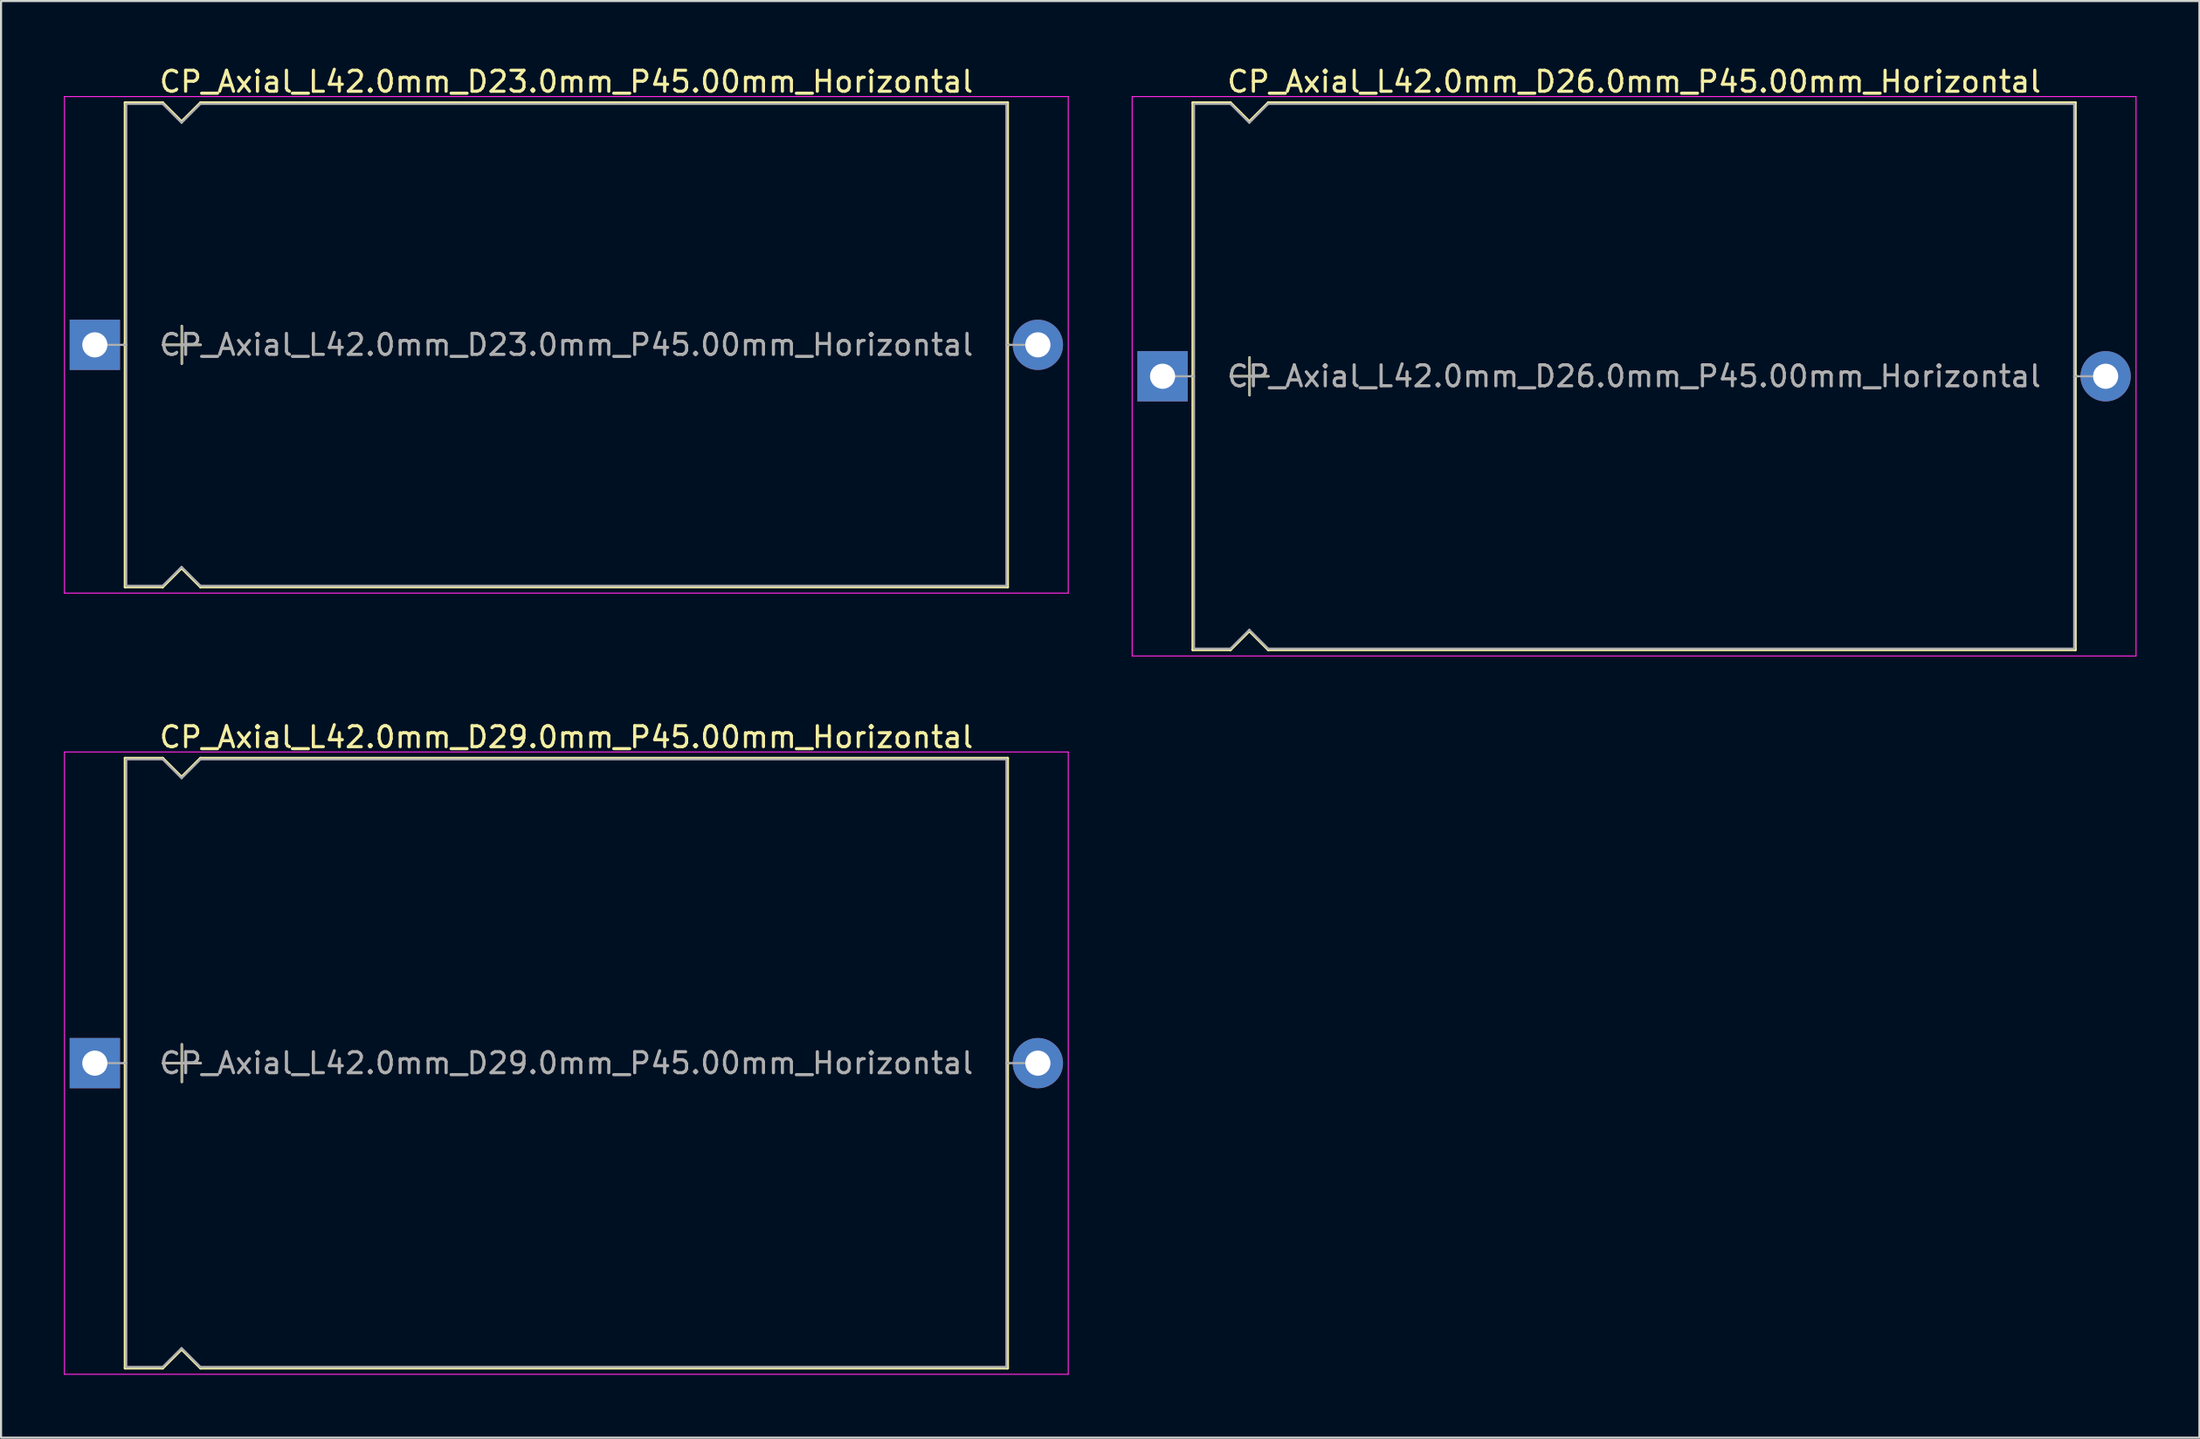
<source format=kicad_pcb>
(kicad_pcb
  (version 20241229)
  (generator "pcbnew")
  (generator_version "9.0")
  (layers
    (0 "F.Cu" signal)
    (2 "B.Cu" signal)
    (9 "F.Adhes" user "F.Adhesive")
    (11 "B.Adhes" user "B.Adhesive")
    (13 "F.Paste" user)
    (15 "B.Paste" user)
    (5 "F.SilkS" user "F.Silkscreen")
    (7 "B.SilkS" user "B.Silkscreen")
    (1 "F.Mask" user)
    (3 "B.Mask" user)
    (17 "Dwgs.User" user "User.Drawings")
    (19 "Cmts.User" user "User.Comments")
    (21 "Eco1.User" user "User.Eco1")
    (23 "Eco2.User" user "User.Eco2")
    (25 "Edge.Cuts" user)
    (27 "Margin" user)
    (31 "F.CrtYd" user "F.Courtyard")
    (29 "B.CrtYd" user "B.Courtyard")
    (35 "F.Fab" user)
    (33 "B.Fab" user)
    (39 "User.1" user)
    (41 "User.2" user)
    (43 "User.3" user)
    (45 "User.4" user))
  (footprint "CP_Axial_L42.0mm_D23.0mm_P45.00mm_Horizontal"
    (layer "F.Cu")
    (at 1.475 13.408)
    (property "Reference" "CP_Axial_L42.0mm_D23.0mm_P45.00mm_Horizontal" (at 22.5 -12.56 0) (layer "F.SilkS") (effects (font (size 1 1) (thickness 0.15))))
    (attr through_hole)
    (fp_line (start 1.38 0) (end 1.44 0) (stroke (width 0.12) (type solid)) (layer "F.SilkS"))
    (fp_line (start 1.44 -11.56) (end 1.44 11.56) (stroke (width 0.12) (type solid)) (layer "F.SilkS"))
    (fp_line (start 1.44 -11.56) (end 3.24 -11.56) (stroke (width 0.12) (type solid)) (layer "F.SilkS"))
    (fp_line (start 1.44 11.56) (end 3.24 11.56) (stroke (width 0.12) (type solid)) (layer "F.SilkS"))
    (fp_line (start 3.24 -11.56) (end 4.14 -10.66) (stroke (width 0.12) (type solid)) (layer "F.SilkS"))
    (fp_line (start 3.24 11.56) (end 4.14 10.66) (stroke (width 0.12) (type solid)) (layer "F.SilkS"))
    (fp_line (start 3.25 0) (end 5.05 0) (stroke (width 0.12) (type solid)) (layer "F.SilkS"))
    (fp_line (start 4.14 -10.66) (end 5.04 -11.56) (stroke (width 0.12) (type solid)) (layer "F.SilkS"))
    (fp_line (start 4.14 10.66) (end 5.04 11.56) (stroke (width 0.12) (type solid)) (layer "F.SilkS"))
    (fp_line (start 4.15 -0.9) (end 4.15 0.9) (stroke (width 0.12) (type solid)) (layer "F.SilkS"))
    (fp_line (start 5.04 -11.56) (end 43.56 -11.56) (stroke (width 0.12) (type solid)) (layer "F.SilkS"))
    (fp_line (start 5.04 11.56) (end 43.56 11.56) (stroke (width 0.12) (type solid)) (layer "F.SilkS"))
    (fp_line (start 43.56 -11.56) (end 43.56 11.56) (stroke (width 0.12) (type solid)) (layer "F.SilkS"))
    (fp_line (start 43.62 0) (end 43.56 0) (stroke (width 0.12) (type solid)) (layer "F.SilkS"))
    (fp_line (start -1.45 -11.85) (end -1.45 11.85) (stroke (width 0.05) (type solid)) (layer "F.CrtYd"))
    (fp_line (start -1.45 11.85) (end 46.45 11.85) (stroke (width 0.05) (type solid)) (layer "F.CrtYd"))
    (fp_line (start 46.45 -11.85) (end -1.45 -11.85) (stroke (width 0.05) (type solid)) (layer "F.CrtYd"))
    (fp_line (start 46.45 11.85) (end 46.45 -11.85) (stroke (width 0.05) (type solid)) (layer "F.CrtYd"))
    (fp_line (start 0 0) (end 1.5 0) (stroke (width 0.1) (type solid)) (layer "F.Fab"))
    (fp_line (start 1.5 -11.5) (end 1.5 11.5) (stroke (width 0.1) (type solid)) (layer "F.Fab"))
    (fp_line (start 1.5 -11.5) (end 3.24 -11.5) (stroke (width 0.1) (type solid)) (layer "F.Fab"))
    (fp_line (start 1.5 11.5) (end 3.24 11.5) (stroke (width 0.1) (type solid)) (layer "F.Fab"))
    (fp_line (start 3.24 -11.5) (end 4.14 -10.6) (stroke (width 0.1) (type solid)) (layer "F.Fab"))
    (fp_line (start 3.24 11.5) (end 4.14 10.6) (stroke (width 0.1) (type solid)) (layer "F.Fab"))
    (fp_line (start 3.25 0) (end 5.05 0) (stroke (width 0.1) (type solid)) (layer "F.Fab"))
    (fp_line (start 4.14 -10.6) (end 5.04 -11.5) (stroke (width 0.1) (type solid)) (layer "F.Fab"))
    (fp_line (start 4.14 10.6) (end 5.04 11.5) (stroke (width 0.1) (type solid)) (layer "F.Fab"))
    (fp_line (start 4.15 -0.9) (end 4.15 0.9) (stroke (width 0.1) (type solid)) (layer "F.Fab"))
    (fp_line (start 5.04 -11.5) (end 43.5 -11.5) (stroke (width 0.1) (type solid)) (layer "F.Fab"))
    (fp_line (start 5.04 11.5) (end 43.5 11.5) (stroke (width 0.1) (type solid)) (layer "F.Fab"))
    (fp_line (start 43.5 -11.5) (end 43.5 11.5) (stroke (width 0.1) (type solid)) (layer "F.Fab"))
    (fp_line (start 45 0) (end 43.5 0) (stroke (width 0.1) (type solid)) (layer "F.Fab"))
    (fp_text user "${REFERENCE}" (at 22.5 0 0) (layer "F.Fab") (effects (font (size 1 1) (thickness 0.15))))
    (pad "1" thru_hole rect (at 0 0) (size 2.4 2.4) (drill 1.2) (layers "*.Cu" "*.Mask"))
    (pad "2" thru_hole oval (at 45 0) (size 2.4 2.4) (drill 1.2) (layers "*.Cu" "*.Mask")))
  (footprint "CP_Axial_L42.0mm_D26.0mm_P45.00mm_Horizontal"
    (layer "F.Cu")
    (at 52.425 14.908)
    (property "Reference" "CP_Axial_L42.0mm_D26.0mm_P45.00mm_Horizontal" (at 22.5 -14.06 0) (layer "F.SilkS") (effects (font (size 1 1) (thickness 0.15))))
    (attr through_hole)
    (fp_line (start 1.38 0) (end 1.44 0) (stroke (width 0.12) (type solid)) (layer "F.SilkS"))
    (fp_line (start 1.44 -13.06) (end 1.44 13.06) (stroke (width 0.12) (type solid)) (layer "F.SilkS"))
    (fp_line (start 1.44 -13.06) (end 3.24 -13.06) (stroke (width 0.12) (type solid)) (layer "F.SilkS"))
    (fp_line (start 1.44 13.06) (end 3.24 13.06) (stroke (width 0.12) (type solid)) (layer "F.SilkS"))
    (fp_line (start 3.24 -13.06) (end 4.14 -12.16) (stroke (width 0.12) (type solid)) (layer "F.SilkS"))
    (fp_line (start 3.24 13.06) (end 4.14 12.16) (stroke (width 0.12) (type solid)) (layer "F.SilkS"))
    (fp_line (start 3.25 0) (end 5.05 0) (stroke (width 0.12) (type solid)) (layer "F.SilkS"))
    (fp_line (start 4.14 -12.16) (end 5.04 -13.06) (stroke (width 0.12) (type solid)) (layer "F.SilkS"))
    (fp_line (start 4.14 12.16) (end 5.04 13.06) (stroke (width 0.12) (type solid)) (layer "F.SilkS"))
    (fp_line (start 4.15 -0.9) (end 4.15 0.9) (stroke (width 0.12) (type solid)) (layer "F.SilkS"))
    (fp_line (start 5.04 -13.06) (end 43.56 -13.06) (stroke (width 0.12) (type solid)) (layer "F.SilkS"))
    (fp_line (start 5.04 13.06) (end 43.56 13.06) (stroke (width 0.12) (type solid)) (layer "F.SilkS"))
    (fp_line (start 43.56 -13.06) (end 43.56 13.06) (stroke (width 0.12) (type solid)) (layer "F.SilkS"))
    (fp_line (start 43.62 0) (end 43.56 0) (stroke (width 0.12) (type solid)) (layer "F.SilkS"))
    (fp_line (start -1.45 -13.35) (end -1.45 13.35) (stroke (width 0.05) (type solid)) (layer "F.CrtYd"))
    (fp_line (start -1.45 13.35) (end 46.45 13.35) (stroke (width 0.05) (type solid)) (layer "F.CrtYd"))
    (fp_line (start 46.45 -13.35) (end -1.45 -13.35) (stroke (width 0.05) (type solid)) (layer "F.CrtYd"))
    (fp_line (start 46.45 13.35) (end 46.45 -13.35) (stroke (width 0.05) (type solid)) (layer "F.CrtYd"))
    (fp_line (start 0 0) (end 1.5 0) (stroke (width 0.1) (type solid)) (layer "F.Fab"))
    (fp_line (start 1.5 -13) (end 1.5 13) (stroke (width 0.1) (type solid)) (layer "F.Fab"))
    (fp_line (start 1.5 -13) (end 3.24 -13) (stroke (width 0.1) (type solid)) (layer "F.Fab"))
    (fp_line (start 1.5 13) (end 3.24 13) (stroke (width 0.1) (type solid)) (layer "F.Fab"))
    (fp_line (start 3.24 -13) (end 4.14 -12.1) (stroke (width 0.1) (type solid)) (layer "F.Fab"))
    (fp_line (start 3.24 13) (end 4.14 12.1) (stroke (width 0.1) (type solid)) (layer "F.Fab"))
    (fp_line (start 3.25 0) (end 5.05 0) (stroke (width 0.1) (type solid)) (layer "F.Fab"))
    (fp_line (start 4.14 -12.1) (end 5.04 -13) (stroke (width 0.1) (type solid)) (layer "F.Fab"))
    (fp_line (start 4.14 12.1) (end 5.04 13) (stroke (width 0.1) (type solid)) (layer "F.Fab"))
    (fp_line (start 4.15 -0.9) (end 4.15 0.9) (stroke (width 0.1) (type solid)) (layer "F.Fab"))
    (fp_line (start 5.04 -13) (end 43.5 -13) (stroke (width 0.1) (type solid)) (layer "F.Fab"))
    (fp_line (start 5.04 13) (end 43.5 13) (stroke (width 0.1) (type solid)) (layer "F.Fab"))
    (fp_line (start 43.5 -13) (end 43.5 13) (stroke (width 0.1) (type solid)) (layer "F.Fab"))
    (fp_line (start 45 0) (end 43.5 0) (stroke (width 0.1) (type solid)) (layer "F.Fab"))
    (fp_text user "${REFERENCE}" (at 22.5 0 0) (layer "F.Fab") (effects (font (size 1 1) (thickness 0.15))))
    (pad "1" thru_hole rect (at 0 0) (size 2.4 2.4) (drill 1.2) (layers "*.Cu" "*.Mask"))
    (pad "2" thru_hole oval (at 45 0) (size 2.4 2.4) (drill 1.2) (layers "*.Cu" "*.Mask")))
  (footprint "CP_Axial_L42.0mm_D29.0mm_P45.00mm_Horizontal"
    (layer "F.Cu")
    (at 1.475 47.691)
    (property "Reference" "CP_Axial_L42.0mm_D29.0mm_P45.00mm_Horizontal" (at 22.5 -15.56 0) (layer "F.SilkS") (effects (font (size 1 1) (thickness 0.15))))
    (attr through_hole)
    (fp_line (start 1.38 0) (end 1.44 0) (stroke (width 0.12) (type solid)) (layer "F.SilkS"))
    (fp_line (start 1.44 -14.56) (end 1.44 14.56) (stroke (width 0.12) (type solid)) (layer "F.SilkS"))
    (fp_line (start 1.44 -14.56) (end 3.24 -14.56) (stroke (width 0.12) (type solid)) (layer "F.SilkS"))
    (fp_line (start 1.44 14.56) (end 3.24 14.56) (stroke (width 0.12) (type solid)) (layer "F.SilkS"))
    (fp_line (start 3.24 -14.56) (end 4.14 -13.66) (stroke (width 0.12) (type solid)) (layer "F.SilkS"))
    (fp_line (start 3.24 14.56) (end 4.14 13.66) (stroke (width 0.12) (type solid)) (layer "F.SilkS"))
    (fp_line (start 3.25 0) (end 5.05 0) (stroke (width 0.12) (type solid)) (layer "F.SilkS"))
    (fp_line (start 4.14 -13.66) (end 5.04 -14.56) (stroke (width 0.12) (type solid)) (layer "F.SilkS"))
    (fp_line (start 4.14 13.66) (end 5.04 14.56) (stroke (width 0.12) (type solid)) (layer "F.SilkS"))
    (fp_line (start 4.15 -0.9) (end 4.15 0.9) (stroke (width 0.12) (type solid)) (layer "F.SilkS"))
    (fp_line (start 5.04 -14.56) (end 43.56 -14.56) (stroke (width 0.12) (type solid)) (layer "F.SilkS"))
    (fp_line (start 5.04 14.56) (end 43.56 14.56) (stroke (width 0.12) (type solid)) (layer "F.SilkS"))
    (fp_line (start 43.56 -14.56) (end 43.56 14.56) (stroke (width 0.12) (type solid)) (layer "F.SilkS"))
    (fp_line (start 43.62 0) (end 43.56 0) (stroke (width 0.12) (type solid)) (layer "F.SilkS"))
    (fp_line (start -1.45 -14.85) (end -1.45 14.85) (stroke (width 0.05) (type solid)) (layer "F.CrtYd"))
    (fp_line (start -1.45 14.85) (end 46.45 14.85) (stroke (width 0.05) (type solid)) (layer "F.CrtYd"))
    (fp_line (start 46.45 -14.85) (end -1.45 -14.85) (stroke (width 0.05) (type solid)) (layer "F.CrtYd"))
    (fp_line (start 46.45 14.85) (end 46.45 -14.85) (stroke (width 0.05) (type solid)) (layer "F.CrtYd"))
    (fp_line (start 0 0) (end 1.5 0) (stroke (width 0.1) (type solid)) (layer "F.Fab"))
    (fp_line (start 1.5 -14.5) (end 1.5 14.5) (stroke (width 0.1) (type solid)) (layer "F.Fab"))
    (fp_line (start 1.5 -14.5) (end 3.24 -14.5) (stroke (width 0.1) (type solid)) (layer "F.Fab"))
    (fp_line (start 1.5 14.5) (end 3.24 14.5) (stroke (width 0.1) (type solid)) (layer "F.Fab"))
    (fp_line (start 3.24 -14.5) (end 4.14 -13.6) (stroke (width 0.1) (type solid)) (layer "F.Fab"))
    (fp_line (start 3.24 14.5) (end 4.14 13.6) (stroke (width 0.1) (type solid)) (layer "F.Fab"))
    (fp_line (start 3.25 0) (end 5.05 0) (stroke (width 0.1) (type solid)) (layer "F.Fab"))
    (fp_line (start 4.14 -13.6) (end 5.04 -14.5) (stroke (width 0.1) (type solid)) (layer "F.Fab"))
    (fp_line (start 4.14 13.6) (end 5.04 14.5) (stroke (width 0.1) (type solid)) (layer "F.Fab"))
    (fp_line (start 4.15 -0.9) (end 4.15 0.9) (stroke (width 0.1) (type solid)) (layer "F.Fab"))
    (fp_line (start 5.04 -14.5) (end 43.5 -14.5) (stroke (width 0.1) (type solid)) (layer "F.Fab"))
    (fp_line (start 5.04 14.5) (end 43.5 14.5) (stroke (width 0.1) (type solid)) (layer "F.Fab"))
    (fp_line (start 43.5 -14.5) (end 43.5 14.5) (stroke (width 0.1) (type solid)) (layer "F.Fab"))
    (fp_line (start 45 0) (end 43.5 0) (stroke (width 0.1) (type solid)) (layer "F.Fab"))
    (fp_text user "${REFERENCE}" (at 22.5 0 0) (layer "F.Fab") (effects (font (size 1 1) (thickness 0.15))))
    (pad "1" thru_hole rect (at 0 0) (size 2.4 2.4) (drill 1.2) (layers "*.Cu" "*.Mask"))
    (pad "2" thru_hole oval (at 45 0) (size 2.4 2.4) (drill 1.2) (layers "*.Cu" "*.Mask")))
  (gr_rect
    (start -3 -3)
    (end 101.9 65.567)
    (stroke (width 0.1) (type default))
    (fill no)
    (layer "Edge.Cuts")))
</source>
